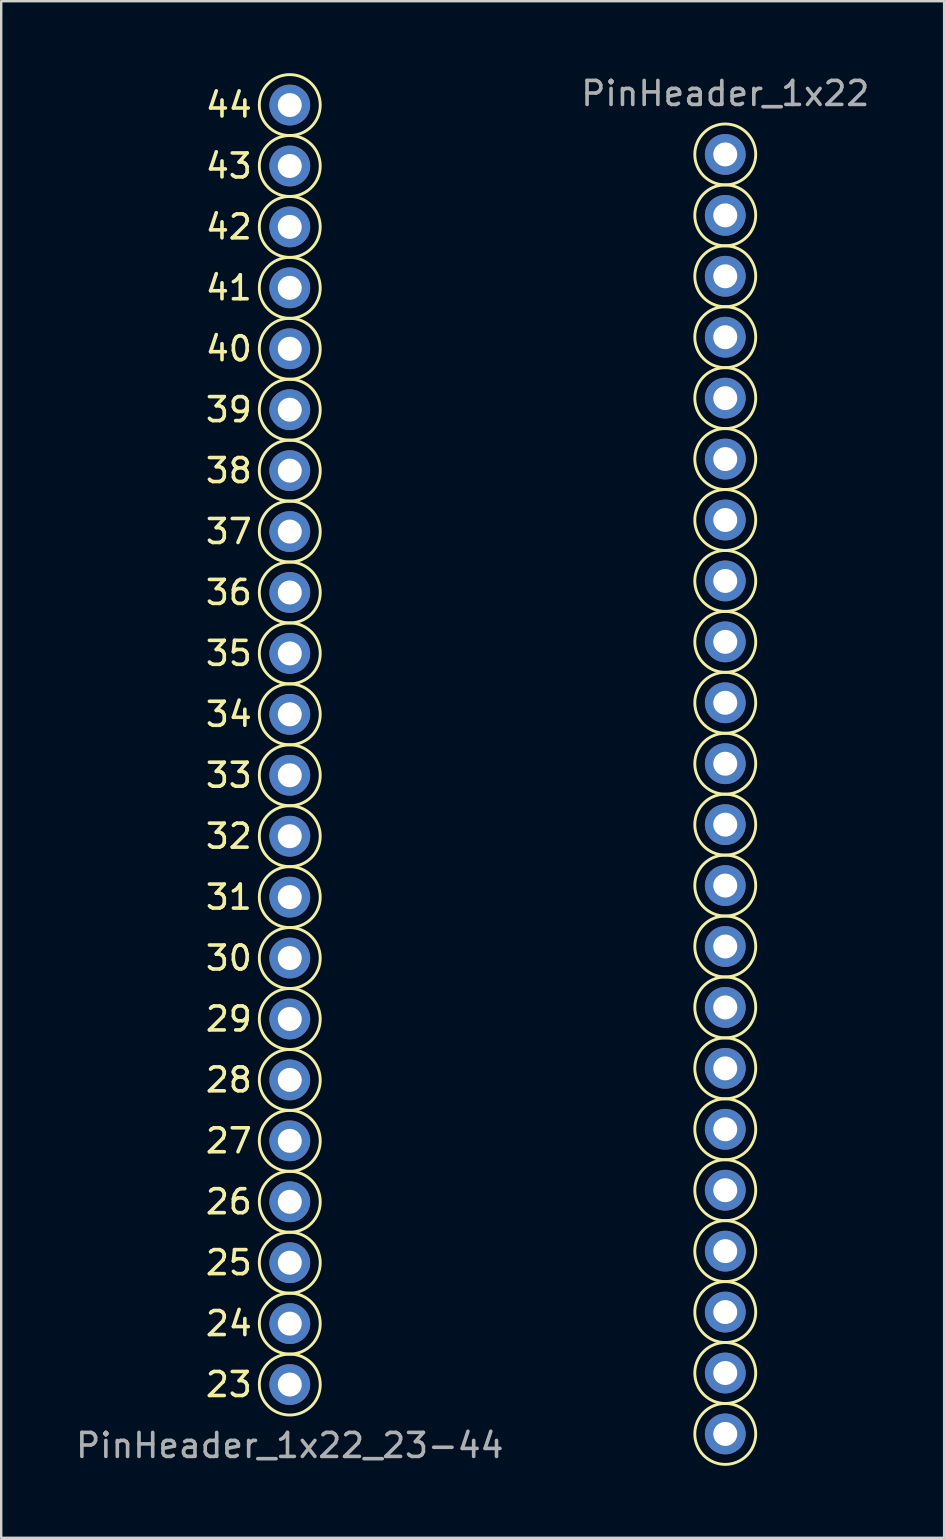
<source format=kicad_pcb>
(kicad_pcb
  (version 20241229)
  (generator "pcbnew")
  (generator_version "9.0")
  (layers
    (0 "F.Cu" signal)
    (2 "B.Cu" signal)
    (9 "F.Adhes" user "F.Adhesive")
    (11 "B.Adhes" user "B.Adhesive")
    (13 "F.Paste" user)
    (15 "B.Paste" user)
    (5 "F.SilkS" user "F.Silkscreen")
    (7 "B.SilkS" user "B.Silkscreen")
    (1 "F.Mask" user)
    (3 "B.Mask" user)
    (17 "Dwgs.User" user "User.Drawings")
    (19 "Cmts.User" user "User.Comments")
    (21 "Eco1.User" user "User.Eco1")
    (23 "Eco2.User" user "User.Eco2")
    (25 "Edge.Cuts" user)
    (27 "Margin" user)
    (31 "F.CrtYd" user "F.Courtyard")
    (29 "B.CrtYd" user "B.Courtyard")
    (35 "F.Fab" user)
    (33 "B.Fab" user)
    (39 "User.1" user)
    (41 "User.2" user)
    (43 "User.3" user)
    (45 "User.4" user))
  (footprint "PinHeader_1x22"
    (layer "F.Cu")
    (at 27.185 30.058)
    (property "Reference" "PinHeader_1x22" (at 0 -29.21 0) (layer "F.Fab") (effects (font (size 1 1) (thickness 0.15))))
    (attr through_hole)
    (fp_circle (center 0 -26.67) (end 1.27 -26.67) (stroke (width 0.12) (type solid)) (fill no) (layer "F.SilkS"))
    (fp_circle (center 0 -24.13) (end 1.27 -24.13) (stroke (width 0.12) (type solid)) (fill no) (layer "F.SilkS"))
    (fp_circle (center 0 -21.59) (end 1.27 -21.59) (stroke (width 0.12) (type solid)) (fill no) (layer "F.SilkS"))
    (fp_circle (center 0 -19.05) (end 1.27 -19.05) (stroke (width 0.12) (type solid)) (fill no) (layer "F.SilkS"))
    (fp_circle (center 0 -16.51) (end 1.27 -16.51) (stroke (width 0.12) (type solid)) (fill no) (layer "F.SilkS"))
    (fp_circle (center 0 -13.97) (end 1.27 -13.97) (stroke (width 0.12) (type solid)) (fill no) (layer "F.SilkS"))
    (fp_circle (center 0 -11.43) (end 1.27 -11.43) (stroke (width 0.12) (type solid)) (fill no) (layer "F.SilkS"))
    (fp_circle (center 0 -8.89) (end 1.27 -8.89) (stroke (width 0.12) (type solid)) (fill no) (layer "F.SilkS"))
    (fp_circle (center 0 -6.35) (end 1.27 -6.35) (stroke (width 0.12) (type solid)) (fill no) (layer "F.SilkS"))
    (fp_circle (center 0 -3.81) (end 1.27 -3.81) (stroke (width 0.12) (type solid)) (fill no) (layer "F.SilkS"))
    (fp_circle (center 0 -1.27) (end 1.27 -1.27) (stroke (width 0.12) (type solid)) (fill no) (layer "F.SilkS"))
    (fp_circle (center 0 1.27) (end 1.27 1.27) (stroke (width 0.12) (type solid)) (fill no) (layer "F.SilkS"))
    (fp_circle (center 0 3.81) (end 1.27 3.81) (stroke (width 0.12) (type solid)) (fill no) (layer "F.SilkS"))
    (fp_circle (center 0 6.35) (end 1.27 6.35) (stroke (width 0.12) (type solid)) (fill no) (layer "F.SilkS"))
    (fp_circle (center 0 8.89) (end 1.27 8.89) (stroke (width 0.12) (type solid)) (fill no) (layer "F.SilkS"))
    (fp_circle (center 0 11.43) (end 1.27 11.43) (stroke (width 0.12) (type solid)) (fill no) (layer "F.SilkS"))
    (fp_circle (center 0 13.97) (end 1.27 13.97) (stroke (width 0.12) (type solid)) (fill no) (layer "F.SilkS"))
    (fp_circle (center 0 16.51) (end 1.27 16.51) (stroke (width 0.12) (type solid)) (fill no) (layer "F.SilkS"))
    (fp_circle (center 0 19.05) (end 1.27 19.05) (stroke (width 0.12) (type solid)) (fill no) (layer "F.SilkS"))
    (fp_circle (center 0 21.59) (end 1.27 21.59) (stroke (width 0.12) (type solid)) (fill no) (layer "F.SilkS"))
    (fp_circle (center 0 24.13) (end 1.27 24.13) (stroke (width 0.12) (type solid)) (fill no) (layer "F.SilkS"))
    (fp_circle (center 0 26.67) (end 1.27 26.67) (stroke (width 0.12) (type solid)) (fill no) (layer "F.SilkS"))
    (pad "1" thru_hole circle (at 0 -26.67) (size 1.7 1.7) (drill 1) (layers "*.Cu" "*.Mask"))
    (pad "2" thru_hole oval (at 0 -24.13) (size 1.7 1.7) (drill 1) (layers "*.Cu" "*.Mask"))
    (pad "3" thru_hole oval (at 0 -21.59) (size 1.7 1.7) (drill 1) (layers "*.Cu" "*.Mask"))
    (pad "4" thru_hole oval (at 0 -19.05) (size 1.7 1.7) (drill 1) (layers "*.Cu" "*.Mask"))
    (pad "5" thru_hole oval (at 0 -16.51) (size 1.7 1.7) (drill 1) (layers "*.Cu" "*.Mask"))
    (pad "6" thru_hole oval (at 0 -13.97) (size 1.7 1.7) (drill 1) (layers "*.Cu" "*.Mask"))
    (pad "7" thru_hole oval (at 0 -11.43) (size 1.7 1.7) (drill 1) (layers "*.Cu" "*.Mask"))
    (pad "8" thru_hole oval (at 0 -8.89) (size 1.7 1.7) (drill 1) (layers "*.Cu" "*.Mask"))
    (pad "9" thru_hole oval (at 0 -6.35) (size 1.7 1.7) (drill 1) (layers "*.Cu" "*.Mask"))
    (pad "10" thru_hole oval (at 0 -3.81) (size 1.7 1.7) (drill 1) (layers "*.Cu" "*.Mask"))
    (pad "11" thru_hole oval (at 0 -1.27) (size 1.7 1.7) (drill 1) (layers "*.Cu" "*.Mask"))
    (pad "12" thru_hole oval (at 0 1.27) (size 1.7 1.7) (drill 1) (layers "*.Cu" "*.Mask"))
    (pad "13" thru_hole oval (at 0 3.81) (size 1.7 1.7) (drill 1) (layers "*.Cu" "*.Mask"))
    (pad "14" thru_hole oval (at 0 6.35) (size 1.7 1.7) (drill 1) (layers "*.Cu" "*.Mask"))
    (pad "15" thru_hole oval (at 0 8.89) (size 1.7 1.7) (drill 1) (layers "*.Cu" "*.Mask"))
    (pad "16" thru_hole oval (at 0 11.43) (size 1.7 1.7) (drill 1) (layers "*.Cu" "*.Mask"))
    (pad "17" thru_hole oval (at 0 13.97) (size 1.7 1.7) (drill 1) (layers "*.Cu" "*.Mask"))
    (pad "18" thru_hole oval (at 0 16.51) (size 1.7 1.7) (drill 1) (layers "*.Cu" "*.Mask"))
    (pad "19" thru_hole oval (at 0 19.05) (size 1.7 1.7) (drill 1) (layers "*.Cu" "*.Mask"))
    (pad "20" thru_hole oval (at 0 21.59) (size 1.7 1.7) (drill 1) (layers "*.Cu" "*.Mask"))
    (pad "21" thru_hole oval (at 0 24.13) (size 1.7 1.7) (drill 1) (layers "*.Cu" "*.Mask"))
    (pad "22" thru_hole oval (at 0 26.67) (size 1.7 1.7) (drill 1) (layers "*.Cu" "*.Mask")))
  (footprint "PinHeader_1x22_23-44"
    (layer "F.Cu")
    (at 9.03 28)
    (property "Reference" "PinHeader_1x22_23-44" (at 0 29.21 180) (layer "F.Fab") (effects (font (size 1 1) (thickness 0.15))))
    (attr through_hole)
    (fp_circle (center 0 -26.67) (end -1.27 -26.67) (stroke (width 0.12) (type solid)) (fill no) (layer "F.SilkS"))
    (fp_circle (center 0 -24.13) (end -1.27 -24.13) (stroke (width 0.12) (type solid)) (fill no) (layer "F.SilkS"))
    (fp_circle (center 0 -21.59) (end -1.27 -21.59) (stroke (width 0.12) (type solid)) (fill no) (layer "F.SilkS"))
    (fp_circle (center 0 -19.05) (end -1.27 -19.05) (stroke (width 0.12) (type solid)) (fill no) (layer "F.SilkS"))
    (fp_circle (center 0 -16.51) (end -1.27 -16.51) (stroke (width 0.12) (type solid)) (fill no) (layer "F.SilkS"))
    (fp_circle (center 0 -13.97) (end -1.27 -13.97) (stroke (width 0.12) (type solid)) (fill no) (layer "F.SilkS"))
    (fp_circle (center 0 -11.43) (end -1.27 -11.43) (stroke (width 0.12) (type solid)) (fill no) (layer "F.SilkS"))
    (fp_circle (center 0 -8.89) (end -1.27 -8.89) (stroke (width 0.12) (type solid)) (fill no) (layer "F.SilkS"))
    (fp_circle (center 0 -6.35) (end -1.27 -6.35) (stroke (width 0.12) (type solid)) (fill no) (layer "F.SilkS"))
    (fp_circle (center 0 -3.81) (end -1.27 -3.81) (stroke (width 0.12) (type solid)) (fill no) (layer "F.SilkS"))
    (fp_circle (center 0 -1.27) (end -1.27 -1.27) (stroke (width 0.12) (type solid)) (fill no) (layer "F.SilkS"))
    (fp_circle (center 0 1.27) (end -1.27 1.27) (stroke (width 0.12) (type solid)) (fill no) (layer "F.SilkS"))
    (fp_circle (center 0 3.81) (end -1.27 3.81) (stroke (width 0.12) (type solid)) (fill no) (layer "F.SilkS"))
    (fp_circle (center 0 6.35) (end -1.27 6.35) (stroke (width 0.12) (type solid)) (fill no) (layer "F.SilkS"))
    (fp_circle (center 0 8.89) (end -1.27 8.89) (stroke (width 0.12) (type solid)) (fill no) (layer "F.SilkS"))
    (fp_circle (center 0 11.43) (end -1.27 11.43) (stroke (width 0.12) (type solid)) (fill no) (layer "F.SilkS"))
    (fp_circle (center 0 13.97) (end -1.27 13.97) (stroke (width 0.12) (type solid)) (fill no) (layer "F.SilkS"))
    (fp_circle (center 0 16.51) (end -1.27 16.51) (stroke (width 0.12) (type solid)) (fill no) (layer "F.SilkS"))
    (fp_circle (center 0 19.05) (end -1.27 19.05) (stroke (width 0.12) (type solid)) (fill no) (layer "F.SilkS"))
    (fp_circle (center 0 21.59) (end -1.27 21.59) (stroke (width 0.12) (type solid)) (fill no) (layer "F.SilkS"))
    (fp_circle (center 0 24.13) (end -1.27 24.13) (stroke (width 0.12) (type solid)) (fill no) (layer "F.SilkS"))
    (fp_circle (center 0 26.67) (end -1.27 26.67) (stroke (width 0.12) (type solid)) (fill no) (layer "F.SilkS"))
    (fp_text user "30" (at -2.54 8.89 0) (layer "F.SilkS") (effects (font (size 1 1) (thickness 0.15))))
    (fp_text user "38" (at -2.54 -11.43 0) (layer "F.SilkS") (effects (font (size 1 1) (thickness 0.15))))
    (fp_text user "33" (at -2.54 1.27 0) (layer "F.SilkS") (effects (font (size 1 1) (thickness 0.15))))
    (fp_text user "32" (at -2.54 3.81 0) (layer "F.SilkS") (effects (font (size 1 1) (thickness 0.15))))
    (fp_text user "35" (at -2.54 -3.81 0) (layer "F.SilkS") (effects (font (size 1 1) (thickness 0.15))))
    (fp_text user "28" (at -2.54 13.97 0) (layer "F.SilkS") (effects (font (size 1 1) (thickness 0.15))))
    (fp_text user "24" (at -2.54 24.13 0) (layer "F.SilkS") (effects (font (size 1 1) (thickness 0.15))))
    (fp_text user "31" (at -2.54 6.35 0) (layer "F.SilkS") (effects (font (size 1 1) (thickness 0.15))))
    (fp_text user "25" (at -2.54 21.59 0) (layer "F.SilkS") (effects (font (size 1 1) (thickness 0.15))))
    (fp_text user "39" (at -2.54 -13.97 0) (layer "F.SilkS") (effects (font (size 1 1) (thickness 0.15))))
    (fp_text user "40" (at -2.54 -16.51 0) (layer "F.SilkS") (effects (font (size 1 1) (thickness 0.15))))
    (fp_text user "34" (at -2.54 -1.27 0) (layer "F.SilkS") (effects (font (size 1 1) (thickness 0.15))))
    (fp_text user "26" (at -2.54 19.05 0) (layer "F.SilkS") (effects (font (size 1 1) (thickness 0.15))))
    (fp_text user "23" (at -2.54 26.67 0) (layer "F.SilkS") (effects (font (size 1 1) (thickness 0.15))))
    (fp_text user "41" (at -2.54 -19.05 0) (layer "F.SilkS") (effects (font (size 1 1) (thickness 0.15))))
    (fp_text user "44" (at -2.54 -26.67 0) (layer "F.SilkS") (effects (font (size 1 1) (thickness 0.15))))
    (fp_text user "42" (at -2.54 -21.59 0) (layer "F.SilkS") (effects (font (size 1 1) (thickness 0.15))))
    (fp_text user "43" (at -2.54 -24.13 0) (layer "F.SilkS") (effects (font (size 1 1) (thickness 0.15))))
    (fp_text user "36" (at -2.54 -6.35 0) (layer "F.SilkS") (effects (font (size 1 1) (thickness 0.15))))
    (fp_text user "27" (at -2.54 16.51 0) (layer "F.SilkS") (effects (font (size 1 1) (thickness 0.15))))
    (fp_text user "29" (at -2.54 11.43 0) (layer "F.SilkS") (effects (font (size 1 1) (thickness 0.15))))
    (fp_text user "37" (at -2.54 -8.89 0) (layer "F.SilkS") (effects (font (size 1 1) (thickness 0.15))))
    (pad "1" thru_hole circle (at 0 26.67 180) (size 1.7 1.7) (drill 1) (layers "*.Cu" "*.Mask"))
    (pad "2" thru_hole oval (at 0 24.13 180) (size 1.7 1.7) (drill 1) (layers "*.Cu" "*.Mask"))
    (pad "3" thru_hole oval (at 0 21.59 180) (size 1.7 1.7) (drill 1) (layers "*.Cu" "*.Mask"))
    (pad "4" thru_hole oval (at 0 19.05 180) (size 1.7 1.7) (drill 1) (layers "*.Cu" "*.Mask"))
    (pad "5" thru_hole oval (at 0 16.51 180) (size 1.7 1.7) (drill 1) (layers "*.Cu" "*.Mask"))
    (pad "6" thru_hole oval (at 0 13.97 180) (size 1.7 1.7) (drill 1) (layers "*.Cu" "*.Mask"))
    (pad "7" thru_hole oval (at 0 11.43 180) (size 1.7 1.7) (drill 1) (layers "*.Cu" "*.Mask"))
    (pad "8" thru_hole oval (at 0 8.89 180) (size 1.7 1.7) (drill 1) (layers "*.Cu" "*.Mask"))
    (pad "9" thru_hole oval (at 0 6.35 180) (size 1.7 1.7) (drill 1) (layers "*.Cu" "*.Mask"))
    (pad "10" thru_hole oval (at 0 3.81 180) (size 1.7 1.7) (drill 1) (layers "*.Cu" "*.Mask"))
    (pad "11" thru_hole oval (at 0 1.27 180) (size 1.7 1.7) (drill 1) (layers "*.Cu" "*.Mask"))
    (pad "12" thru_hole oval (at 0 -1.27 180) (size 1.7 1.7) (drill 1) (layers "*.Cu" "*.Mask"))
    (pad "13" thru_hole oval (at 0 -3.81 180) (size 1.7 1.7) (drill 1) (layers "*.Cu" "*.Mask"))
    (pad "14" thru_hole oval (at 0 -6.35 180) (size 1.7 1.7) (drill 1) (layers "*.Cu" "*.Mask"))
    (pad "15" thru_hole oval (at 0 -8.89 180) (size 1.7 1.7) (drill 1) (layers "*.Cu" "*.Mask"))
    (pad "16" thru_hole oval (at 0 -11.43 180) (size 1.7 1.7) (drill 1) (layers "*.Cu" "*.Mask"))
    (pad "17" thru_hole oval (at 0 -13.97 180) (size 1.7 1.7) (drill 1) (layers "*.Cu" "*.Mask"))
    (pad "18" thru_hole oval (at 0 -16.51 180) (size 1.7 1.7) (drill 1) (layers "*.Cu" "*.Mask"))
    (pad "19" thru_hole oval (at 0 -19.05 180) (size 1.7 1.7) (drill 1) (layers "*.Cu" "*.Mask"))
    (pad "20" thru_hole oval (at 0 -21.59 180) (size 1.7 1.7) (drill 1) (layers "*.Cu" "*.Mask"))
    (pad "21" thru_hole oval (at 0 -24.13 180) (size 1.7 1.7) (drill 1) (layers "*.Cu" "*.Mask"))
    (pad "22" thru_hole oval (at 0 -26.67 180) (size 1.7 1.7) (drill 1) (layers "*.Cu" "*.Mask")))
  (gr_rect
    (start -3 -3)
    (end 36.31 61.058)
    (stroke (width 0.1) (type default))
    (fill no)
    (layer "Edge.Cuts")))
</source>
